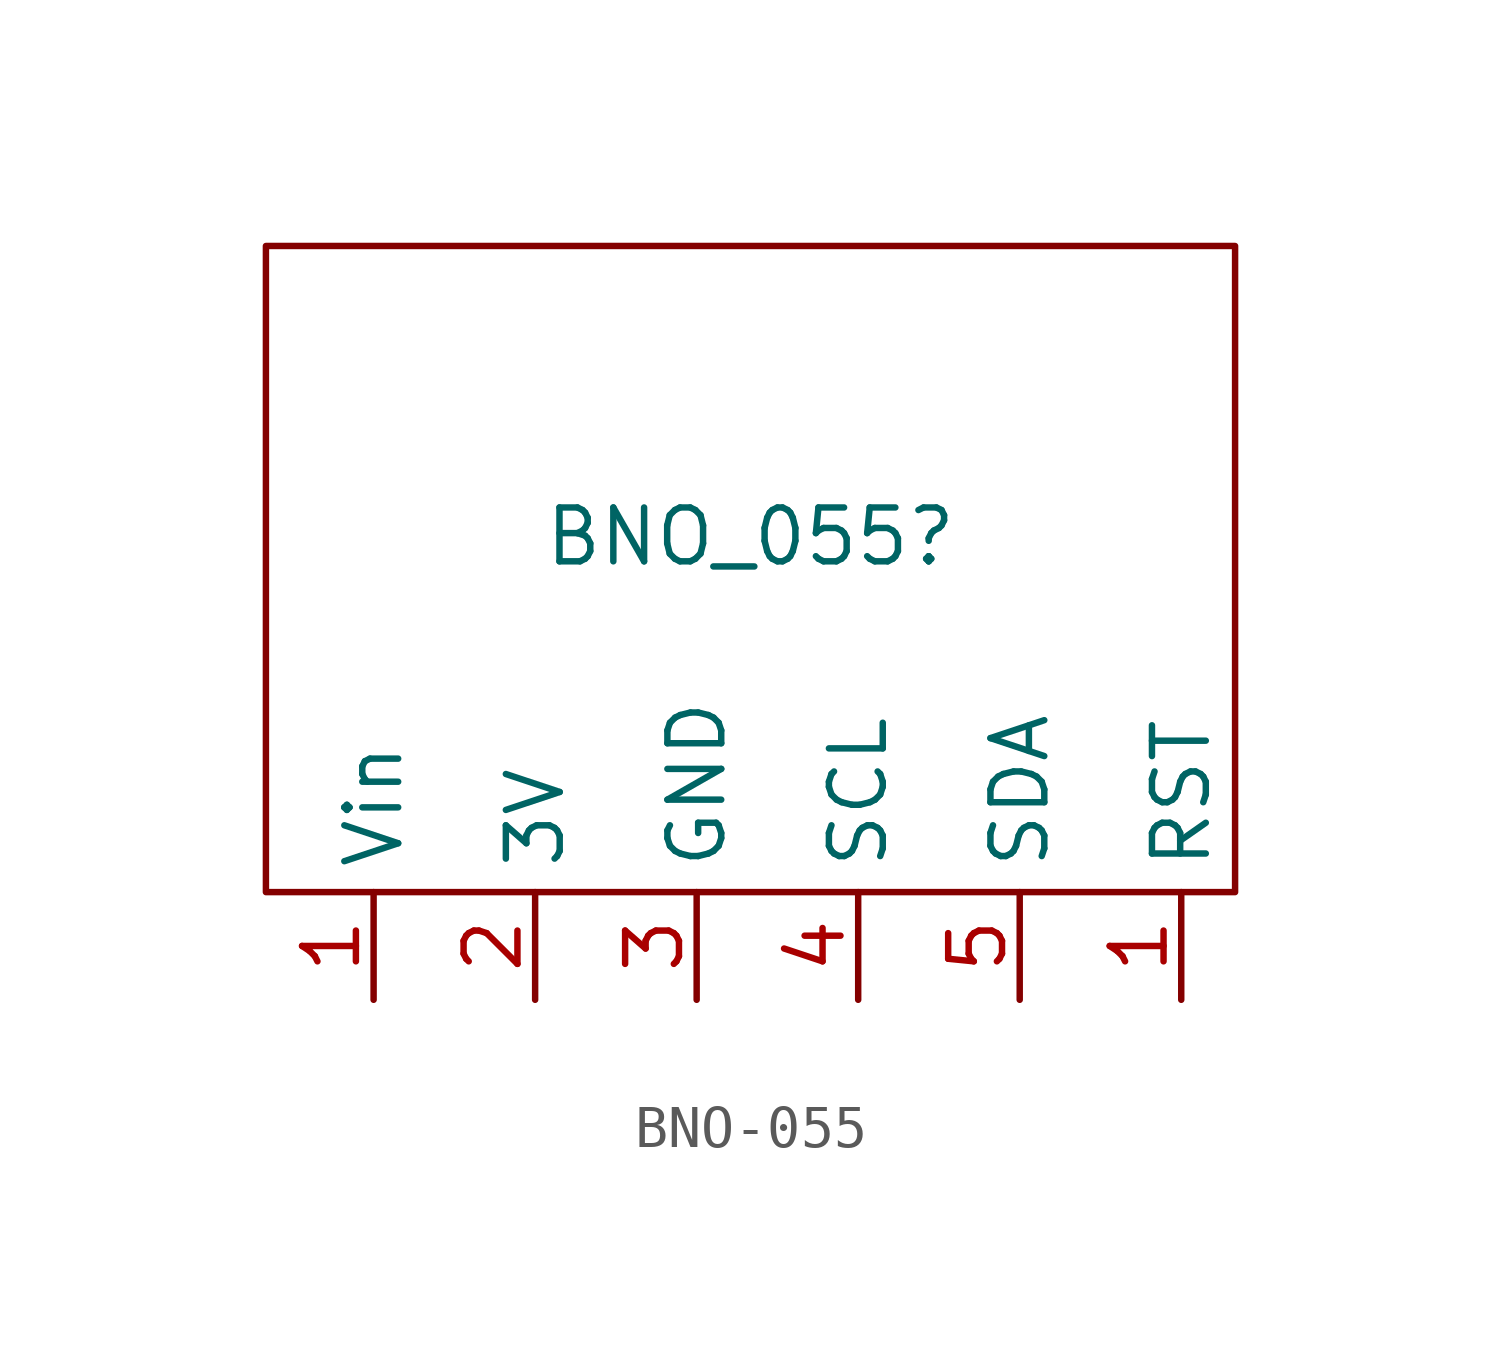
<source format=kicad_sym>
(kicad_symbol_lib
  (version 20231120)
  (generator "kicad_symbol_editor")
  (generator_version "8.0")
  (symbol "BNO-055"
    (property "Reference" "BNO_055"
      (at 0 0.762 0)
      (effects (font (size 1.27 1.27))))
    (property "Value" ""
      (at -1.27 -3.81 0)
      (effects (font (size 1.27 1.27))))
    (symbol "BNO-055_0_1"
      (rectangle (start -11.43 -7.62) (end 11.43 7.62) (stroke (width 0) (type default)) (fill (type none))))
    (symbol "BNO-055_1_1"
      (pin input line (at 10.16 -10.16 90) (length 2.54) (name "RST" (effects (font (size 1.27 1.27)))) (number "1" (effects (font (size 1.27 1.27)))))
      (pin input line (at -8.89 -10.16 90) (length 2.54) (name "Vin" (effects (font (size 1.27 1.27)))) (number "1" (effects (font (size 1.27 1.27)))))
      (pin input line (at -5.08 -10.16 90) (length 2.54) (name "3V" (effects (font (size 1.27 1.27)))) (number "2" (effects (font (size 1.27 1.27)))))
      (pin input line (at -1.27 -10.16 90) (length 2.54) (name "GND" (effects (font (size 1.27 1.27)))) (number "3" (effects (font (size 1.27 1.27)))))
      (pin input line (at 2.54 -10.16 90) (length 2.54) (name "SCL" (effects (font (size 1.27 1.27)))) (number "4" (effects (font (size 1.27 1.27)))))
      (pin input line (at 6.35 -10.16 90) (length 2.54) (name "SDA" (effects (font (size 1.27 1.27)))) (number "5" (effects (font (size 1.27 1.27))))))))
</source>
